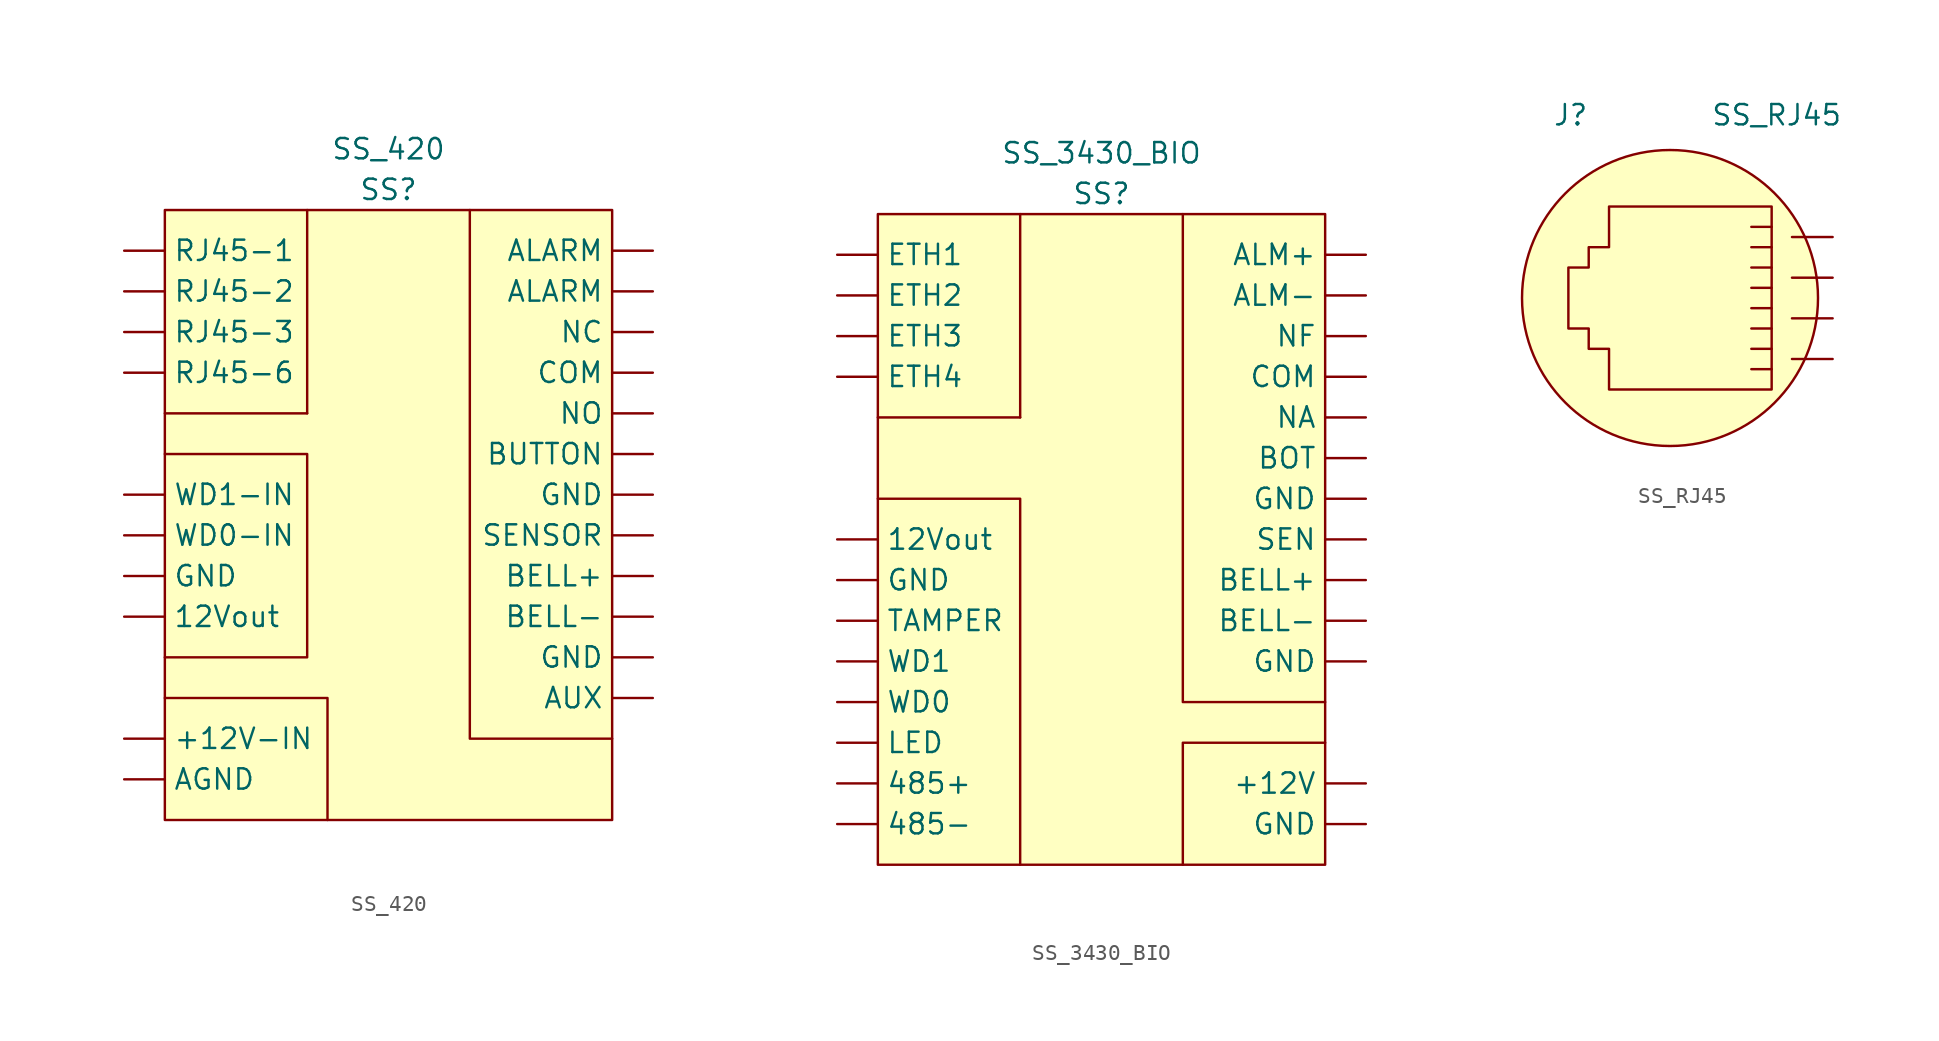
<source format=kicad_sym>
(kicad_symbol_lib
  (version 20211014)
  (generator kicad_symbol_editor)
  (symbol "SS_420"
    (pin_numbers hide)
    (property "Reference" "SS"
      (at -16.51 3.81 0)
      (effects (font (size 1.27 1.27))))
    (property "Value" "SS_420"
      (at -16.51 6.35 0)
      (effects (font (size 1.27 1.27))))
    (symbol "SS_420_0_1"
      (rectangle (start -30.48 2.54) (end -2.54 -35.56) (stroke (width 0) (type default) (color 0 0 0 0)) (fill (type background)))
      (polyline (pts (xy -30.48 -10.16) (xy -21.59 -10.16)) (stroke (width 0) (type default) (color 0 0 0 0)) (fill (type none)))
      (polyline (pts (xy -21.59 2.54) (xy -21.59 -10.16)) (stroke (width 0) (type default) (color 0 0 0 0)) (fill (type none)))
      (polyline (pts (xy -30.48 -27.94) (xy -20.32 -27.94) (xy -20.32 -35.56)) (stroke (width 0) (type default) (color 0 0 0 0)) (fill (type none)))
      (polyline (pts (xy -2.54 -30.48) (xy -11.43 -30.48) (xy -11.43 2.54)) (stroke (width 0) (type default) (color 0 0 0 0)) (fill (type none)))
      (polyline (pts (xy -30.48 -12.7) (xy -21.59 -12.7) (xy -21.59 -25.4) (xy -30.48 -25.4)) (stroke (width 0) (type default) (color 0 0 0 0)) (fill (type none))))
    (symbol "SS_420_1_1"
      (pin passive line (at 0 0 180) (length 2.54) (name "ALARM" (effects (font (size 1.27 1.27)))) (number "1" (effects (font (size 1.27 1.27)))))
      (pin passive line (at 0 -22.86 180) (length 2.54) (name "BELL-" (effects (font (size 1.27 1.27)))) (number "10" (effects (font (size 1.27 1.27)))))
      (pin passive line (at 0 -25.4 180) (length 2.54) (name "GND" (effects (font (size 1.27 1.27)))) (number "11" (effects (font (size 1.27 1.27)))))
      (pin passive line (at 0 -27.94 180) (length 2.54) (name "AUX" (effects (font (size 1.27 1.27)))) (number "12" (effects (font (size 1.27 1.27)))))
      (pin passive line (at -33.02 0 0) (length 2.54) (name "RJ45-1" (effects (font (size 1.27 1.27)))) (number "13" (effects (font (size 1.27 1.27)))))
      (pin passive line (at -33.02 -2.54 0) (length 2.54) (name "RJ45-2" (effects (font (size 1.27 1.27)))) (number "14" (effects (font (size 1.27 1.27)))))
      (pin passive line (at -33.02 -5.08 0) (length 2.54) (name "RJ45-3" (effects (font (size 1.27 1.27)))) (number "15" (effects (font (size 1.27 1.27)))))
      (pin passive line (at -33.02 -7.62 0) (length 2.54) (name "RJ45-6" (effects (font (size 1.27 1.27)))) (number "16" (effects (font (size 1.27 1.27)))))
      (pin passive line (at -33.02 -15.24 0) (length 2.54) (name "WD1-IN" (effects (font (size 1.27 1.27)))) (number "17" (effects (font (size 1.27 1.27)))))
      (pin passive line (at -33.02 -17.78 0) (length 2.54) (name "WD0-IN" (effects (font (size 1.27 1.27)))) (number "18" (effects (font (size 1.27 1.27)))))
      (pin passive line (at -33.02 -20.32 0) (length 2.54) (name "GND" (effects (font (size 1.27 1.27)))) (number "19" (effects (font (size 1.27 1.27)))))
      (pin passive line (at 0 -2.54 180) (length 2.54) (name "ALARM" (effects (font (size 1.27 1.27)))) (number "2" (effects (font (size 1.27 1.27)))))
      (pin power_out line (at -33.02 -22.86 0) (length 2.54) (name "12Vout" (effects (font (size 1.27 1.27)))) (number "20" (effects (font (size 1.27 1.27)))))
      (pin power_in line (at -33.02 -30.48 0) (length 2.54) (name "+12V-IN" (effects (font (size 1.27 1.27)))) (number "21" (effects (font (size 1.27 1.27)))))
      (pin power_in line (at -33.02 -33.02 0) (length 2.54) (name "AGND" (effects (font (size 1.27 1.27)))) (number "22" (effects (font (size 1.27 1.27)))))
      (pin passive line (at 0 -5.08 180) (length 2.54) (name "NC" (effects (font (size 1.27 1.27)))) (number "3" (effects (font (size 1.27 1.27)))))
      (pin passive line (at 0 -7.62 180) (length 2.54) (name "COM" (effects (font (size 1.27 1.27)))) (number "4" (effects (font (size 1.27 1.27)))))
      (pin passive line (at 0 -10.16 180) (length 2.54) (name "NO" (effects (font (size 1.27 1.27)))) (number "5" (effects (font (size 1.27 1.27)))))
      (pin passive line (at 0 -12.7 180) (length 2.54) (name "BUTTON" (effects (font (size 1.27 1.27)))) (number "6" (effects (font (size 1.27 1.27)))))
      (pin passive line (at 0 -15.24 180) (length 2.54) (name "GND" (effects (font (size 1.27 1.27)))) (number "7" (effects (font (size 1.27 1.27)))))
      (pin passive line (at 0 -17.78 180) (length 2.54) (name "SENSOR" (effects (font (size 1.27 1.27)))) (number "8" (effects (font (size 1.27 1.27)))))
      (pin passive line (at 0 -20.32 180) (length 2.54) (name "BELL+" (effects (font (size 1.27 1.27)))) (number "9" (effects (font (size 1.27 1.27)))))))
  (symbol "SS_3430_BIO"
    (pin_numbers hide)
    (property "Reference" "SS"
      (at -16.51 3.81 0)
      (effects (font (size 1.27 1.27))))
    (property "Value" "SS_3430_BIO"
      (at -16.51 6.35 0)
      (effects (font (size 1.27 1.27))))
    (symbol "SS_3430_BIO_0_1"
      (rectangle (start -30.48 2.54) (end -2.54 -38.1) (stroke (width 0) (type default) (color 0 0 0 0)) (fill (type background)))
      (polyline (pts (xy -30.48 -10.16) (xy -21.59 -10.16)) (stroke (width 0) (type default) (color 0 0 0 0)) (fill (type none)))
      (polyline (pts (xy -21.59 2.54) (xy -21.59 -10.16)) (stroke (width 0) (type default) (color 0 0 0 0)) (fill (type none)))
      (polyline (pts (xy -30.48 -15.24) (xy -21.59 -15.24) (xy -21.59 -38.1)) (stroke (width 0) (type default) (color 0 0 0 0)) (fill (type none)))
      (polyline (pts (xy -2.54 -30.48) (xy -11.43 -30.48) (xy -11.43 -38.1)) (stroke (width 0) (type default) (color 0 0 0 0)) (fill (type none)))
      (polyline (pts (xy -2.54 -27.94) (xy -11.43 -27.94) (xy -11.43 2.54)) (stroke (width 0) (type default) (color 0 0 0 0)) (fill (type none))))
    (symbol "SS_3430_BIO_1_1"
      (pin passive line (at 0 0 180) (length 2.54) (name "ALM+" (effects (font (size 1.27 1.27)))) (number "1" (effects (font (size 1.27 1.27)))))
      (pin passive line (at 0 -22.86 180) (length 2.54) (name "BELL-" (effects (font (size 1.27 1.27)))) (number "10" (effects (font (size 1.27 1.27)))))
      (pin power_in line (at 0 -33.02 180) (length 2.54) (name "+12V" (effects (font (size 1.27 1.27)))) (number "11" (effects (font (size 1.27 1.27)))))
      (pin passive line (at 0 -25.4 180) (length 2.54) (name "GND" (effects (font (size 1.27 1.27)))) (number "11" (effects (font (size 1.27 1.27)))))
      (pin power_in line (at 0 -35.56 180) (length 2.54) (name "GND" (effects (font (size 1.27 1.27)))) (number "12" (effects (font (size 1.27 1.27)))))
      (pin passive line (at -33.02 0 0) (length 2.54) (name "ETH1" (effects (font (size 1.27 1.27)))) (number "13" (effects (font (size 1.27 1.27)))))
      (pin passive line (at -33.02 -2.54 0) (length 2.54) (name "ETH2" (effects (font (size 1.27 1.27)))) (number "14" (effects (font (size 1.27 1.27)))))
      (pin passive line (at -33.02 -5.08 0) (length 2.54) (name "ETH3" (effects (font (size 1.27 1.27)))) (number "15" (effects (font (size 1.27 1.27)))))
      (pin passive line (at -33.02 -7.62 0) (length 2.54) (name "ETH4" (effects (font (size 1.27 1.27)))) (number "16" (effects (font (size 1.27 1.27)))))
      (pin power_out line (at -33.02 -17.78 0) (length 2.54) (name "12Vout" (effects (font (size 1.27 1.27)))) (number "17" (effects (font (size 1.27 1.27)))))
      (pin passive line (at -33.02 -20.32 0) (length 2.54) (name "GND" (effects (font (size 1.27 1.27)))) (number "18" (effects (font (size 1.27 1.27)))))
      (pin passive line (at -33.02 -22.86 0) (length 2.54) (name "TAMPER" (effects (font (size 1.27 1.27)))) (number "19" (effects (font (size 1.27 1.27)))))
      (pin passive line (at 0 -2.54 180) (length 2.54) (name "ALM-" (effects (font (size 1.27 1.27)))) (number "2" (effects (font (size 1.27 1.27)))))
      (pin passive line (at -33.02 -25.4 0) (length 2.54) (name "WD1" (effects (font (size 1.27 1.27)))) (number "20" (effects (font (size 1.27 1.27)))))
      (pin passive line (at -33.02 -27.94 0) (length 2.54) (name "WD0" (effects (font (size 1.27 1.27)))) (number "21" (effects (font (size 1.27 1.27)))))
      (pin passive line (at -33.02 -30.48 0) (length 2.54) (name "LED" (effects (font (size 1.27 1.27)))) (number "22" (effects (font (size 1.27 1.27)))))
      (pin passive line (at -33.02 -33.02 0) (length 2.54) (name "485+" (effects (font (size 1.27 1.27)))) (number "23" (effects (font (size 1.27 1.27)))))
      (pin passive line (at -33.02 -35.56 0) (length 2.54) (name "485-" (effects (font (size 1.27 1.27)))) (number "24" (effects (font (size 1.27 1.27)))))
      (pin passive line (at 0 -5.08 180) (length 2.54) (name "NF" (effects (font (size 1.27 1.27)))) (number "3" (effects (font (size 1.27 1.27)))))
      (pin passive line (at 0 -7.62 180) (length 2.54) (name "COM" (effects (font (size 1.27 1.27)))) (number "4" (effects (font (size 1.27 1.27)))))
      (pin passive line (at 0 -10.16 180) (length 2.54) (name "NA" (effects (font (size 1.27 1.27)))) (number "5" (effects (font (size 1.27 1.27)))))
      (pin passive line (at 0 -12.7 180) (length 2.54) (name "BOT" (effects (font (size 1.27 1.27)))) (number "6" (effects (font (size 1.27 1.27)))))
      (pin passive line (at 0 -15.24 180) (length 2.54) (name "GND" (effects (font (size 1.27 1.27)))) (number "7" (effects (font (size 1.27 1.27)))))
      (pin passive line (at 0 -17.78 180) (length 2.54) (name "SEN" (effects (font (size 1.27 1.27)))) (number "8" (effects (font (size 1.27 1.27)))))
      (pin passive line (at 0 -20.32 180) (length 2.54) (name "BELL+" (effects (font (size 1.27 1.27)))) (number "9" (effects (font (size 1.27 1.27)))))))
  (symbol "SS_RJ45"
    (pin_numbers hide)
    (pin_names
      (offset 1.016))
    (property "Reference" "J"
      (at -15.24 8.89 0)
      (effects (font (size 1.27 1.27)) (justify right)))
    (property "Value" "SS_RJ45"
      (at -7.62 8.89 0)
      (effects (font (size 1.27 1.27)) (justify left)))
    (symbol "SS_RJ45_0_1"
      (circle (center -10.16 -2.54) (radius 9.246) (stroke (width 0) (type default) (color 0 0 0 0)) (fill (type background)))
      (polyline (pts (xy -5.08 -6.985) (xy -3.81 -6.985)) (stroke (width 0) (type default) (color 0 0 0 0)) (fill (type none)))
      (polyline (pts (xy -5.08 -5.715) (xy -3.81 -5.715)) (stroke (width 0) (type default) (color 0 0 0 0)) (fill (type none)))
      (polyline (pts (xy -5.08 -4.445) (xy -3.81 -4.445) (xy -3.81 -4.445)) (stroke (width 0) (type default) (color 0 0 0 0)) (fill (type none)))
      (polyline (pts (xy -3.81 -3.175) (xy -5.08 -3.175) (xy -5.08 -3.175)) (stroke (width 0) (type default) (color 0 0 0 0)) (fill (type none)))
      (polyline (pts (xy -3.81 -1.905) (xy -5.08 -1.905) (xy -5.08 -1.905)) (stroke (width 0) (type default) (color 0 0 0 0)) (fill (type none)))
      (polyline (pts (xy -3.81 -0.635) (xy -5.08 -0.635) (xy -5.08 -0.635)) (stroke (width 0) (type default) (color 0 0 0 0)) (fill (type none)))
      (polyline (pts (xy -3.81 0.635) (xy -5.08 0.635) (xy -5.08 0.635)) (stroke (width 0) (type default) (color 0 0 0 0)) (fill (type none)))
      (polyline (pts (xy -3.81 1.905) (xy -5.08 1.905) (xy -5.08 1.905)) (stroke (width 0) (type default) (color 0 0 0 0)) (fill (type none)))
      (polyline (pts (xy -3.81 3.175) (xy -3.81 -8.255) (xy -13.97 -8.255) (xy -13.97 -5.715) (xy -15.24 -5.715) (xy -15.24 -4.445) (xy -16.51 -4.445) (xy -16.51 -0.635) (xy -15.24 -0.635) (xy -15.24 0.635) (xy -13.97 0.635) (xy -13.97 3.175) (xy -3.81 3.175) (xy -3.81 3.175)) (stroke (width 0) (type default) (color 0 0 0 0)) (fill (type none))))
    (symbol "SS_RJ45_1_1"
      (pin passive line (at 0 -6.35 180) (length 2.54) (name "~" (effects (font (size 1.27 1.27)))) (number "1" (effects (font (size 1.27 1.27)))))
      (pin passive line (at 0 -3.81 180) (length 2.54) (name "~" (effects (font (size 1.27 1.27)))) (number "2" (effects (font (size 1.27 1.27)))))
      (pin passive line (at 0 -1.27 180) (length 2.54) (name "~" (effects (font (size 1.27 1.27)))) (number "3" (effects (font (size 1.27 1.27)))))
      (pin passive line (at 0 1.27 180) (length 2.54) (name "~" (effects (font (size 1.27 1.27)))) (number "4" (effects (font (size 1.27 1.27))))))))
</source>
